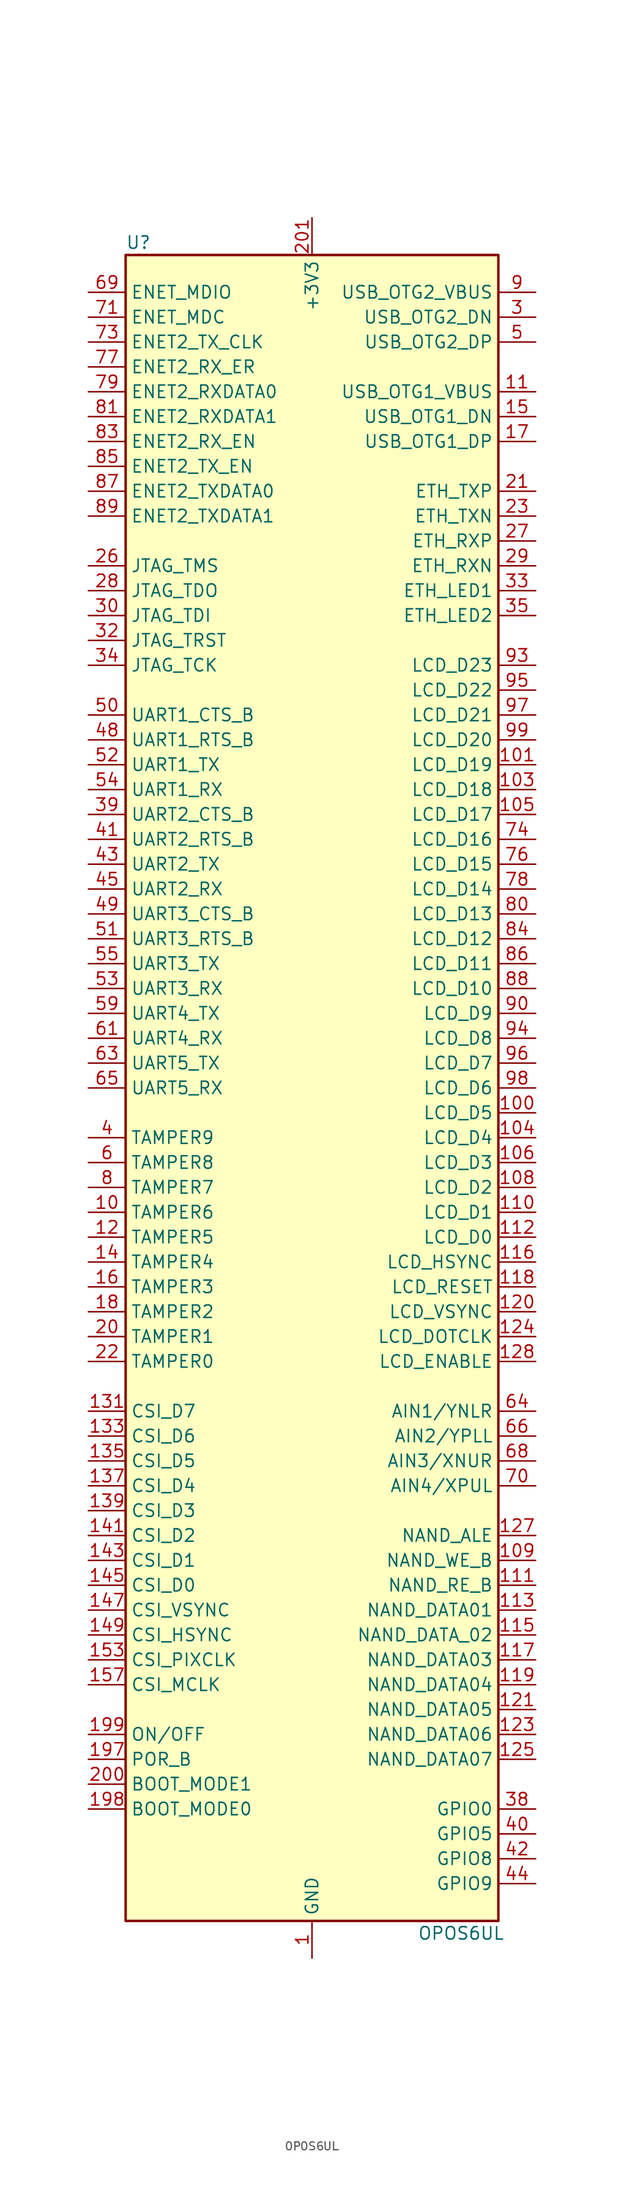
<source format=kicad_sym>
(kicad_symbol_lib
  (version 20201005)
  (generator kicad_symbol_editor)
  (symbol "MCU_Module:OPOS6UL"
    (property "Reference" "U"
      (at -19.05 86.36 0)
      (effects (font (size 1.27 1.27)) (justify left)))
    (property "Value" "OPOS6UL"
      (at 15.24 -86.36 0)
      (effects (font (size 1.27 1.27))))
    (symbol "OPOS6UL_1_1"
      (rectangle (start -19.05 85.09) (end 19.05 -85.09) (stroke (width 0.254)) (fill (type background)))
      (pin power_in line (at 0 -88.9 90) (length 3.81) (name "GND" (effects (font (size 1.27 1.27)))) (number "1" (effects (font (size 1.27 1.27)))))
      (pin bidirectional line (at -22.86 -12.7 0) (length 3.81) (name "TAMPER6" (effects (font (size 1.27 1.27)))) (number "10" (effects (font (size 1.27 1.27)))))
      (pin bidirectional line (at 22.86 -2.54 180) (length 3.81) (name "LCD_D5" (effects (font (size 1.27 1.27)))) (number "100" (effects (font (size 1.27 1.27)))))
      (pin bidirectional line (at 22.86 33.02 180) (length 3.81) (name "LCD_D19" (effects (font (size 1.27 1.27)))) (number "101" (effects (font (size 1.27 1.27)))))
      (pin passive line (at 0 -88.9 90) (length 3.81) hide (name "GND" (effects (font (size 1.27 1.27)))) (number "102" (effects (font (size 1.27 1.27)))))
      (pin bidirectional line (at 22.86 30.48 180) (length 3.81) (name "LCD_D18" (effects (font (size 1.27 1.27)))) (number "103" (effects (font (size 1.27 1.27)))))
      (pin bidirectional line (at 22.86 -5.08 180) (length 3.81) (name "LCD_D4" (effects (font (size 1.27 1.27)))) (number "104" (effects (font (size 1.27 1.27)))))
      (pin bidirectional line (at 22.86 27.94 180) (length 3.81) (name "LCD_D17" (effects (font (size 1.27 1.27)))) (number "105" (effects (font (size 1.27 1.27)))))
      (pin bidirectional line (at 22.86 -7.62 180) (length 3.81) (name "LCD_D3" (effects (font (size 1.27 1.27)))) (number "106" (effects (font (size 1.27 1.27)))))
      (pin passive line (at 0 -88.9 90) (length 3.81) hide (name "GND" (effects (font (size 1.27 1.27)))) (number "107" (effects (font (size 1.27 1.27)))))
      (pin bidirectional line (at 22.86 -10.16 180) (length 3.81) (name "LCD_D2" (effects (font (size 1.27 1.27)))) (number "108" (effects (font (size 1.27 1.27)))))
      (pin bidirectional line (at 22.86 -48.26 180) (length 3.81) (name "NAND_WE_B" (effects (font (size 1.27 1.27)))) (number "109" (effects (font (size 1.27 1.27)))))
      (pin power_in line (at 22.86 71.12 180) (length 3.81) (name "USB_OTG1_VBUS" (effects (font (size 1.27 1.27)))) (number "11" (effects (font (size 1.27 1.27)))))
      (pin bidirectional line (at 22.86 -12.7 180) (length 3.81) (name "LCD_D1" (effects (font (size 1.27 1.27)))) (number "110" (effects (font (size 1.27 1.27)))))
      (pin bidirectional line (at 22.86 -50.8 180) (length 3.81) (name "NAND_RE_B" (effects (font (size 1.27 1.27)))) (number "111" (effects (font (size 1.27 1.27)))))
      (pin bidirectional line (at 22.86 -15.24 180) (length 3.81) (name "LCD_D0" (effects (font (size 1.27 1.27)))) (number "112" (effects (font (size 1.27 1.27)))))
      (pin bidirectional line (at 22.86 -53.34 180) (length 3.81) (name "NAND_DATA01" (effects (font (size 1.27 1.27)))) (number "113" (effects (font (size 1.27 1.27)))))
      (pin passive line (at 0 -88.9 90) (length 3.81) hide (name "GND" (effects (font (size 1.27 1.27)))) (number "114" (effects (font (size 1.27 1.27)))))
      (pin bidirectional line (at 22.86 -55.88 180) (length 3.81) (name "NAND_DATA_02" (effects (font (size 1.27 1.27)))) (number "115" (effects (font (size 1.27 1.27)))))
      (pin bidirectional line (at 22.86 -17.78 180) (length 3.81) (name "LCD_HSYNC" (effects (font (size 1.27 1.27)))) (number "116" (effects (font (size 1.27 1.27)))))
      (pin bidirectional line (at 22.86 -58.42 180) (length 3.81) (name "NAND_DATA03" (effects (font (size 1.27 1.27)))) (number "117" (effects (font (size 1.27 1.27)))))
      (pin bidirectional line (at 22.86 -20.32 180) (length 3.81) (name "LCD_RESET" (effects (font (size 1.27 1.27)))) (number "118" (effects (font (size 1.27 1.27)))))
      (pin bidirectional line (at 22.86 -60.96 180) (length 3.81) (name "NAND_DATA04" (effects (font (size 1.27 1.27)))) (number "119" (effects (font (size 1.27 1.27)))))
      (pin bidirectional line (at -22.86 -15.24 0) (length 3.81) (name "TAMPER5" (effects (font (size 1.27 1.27)))) (number "12" (effects (font (size 1.27 1.27)))))
      (pin bidirectional line (at 22.86 -22.86 180) (length 3.81) (name "LCD_VSYNC" (effects (font (size 1.27 1.27)))) (number "120" (effects (font (size 1.27 1.27)))))
      (pin bidirectional line (at 22.86 -63.5 180) (length 3.81) (name "NAND_DATA05" (effects (font (size 1.27 1.27)))) (number "121" (effects (font (size 1.27 1.27)))))
      (pin passive line (at 0 -88.9 90) (length 3.81) hide (name "GND" (effects (font (size 1.27 1.27)))) (number "122" (effects (font (size 1.27 1.27)))))
      (pin bidirectional line (at 22.86 -66.04 180) (length 3.81) (name "NAND_DATA06" (effects (font (size 1.27 1.27)))) (number "123" (effects (font (size 1.27 1.27)))))
      (pin bidirectional line (at 22.86 -25.4 180) (length 3.81) (name "LCD_DOTCLK" (effects (font (size 1.27 1.27)))) (number "124" (effects (font (size 1.27 1.27)))))
      (pin bidirectional line (at 22.86 -68.58 180) (length 3.81) (name "NAND_DATA07" (effects (font (size 1.27 1.27)))) (number "125" (effects (font (size 1.27 1.27)))))
      (pin passive line (at 0 -88.9 90) (length 3.81) hide (name "GND" (effects (font (size 1.27 1.27)))) (number "126" (effects (font (size 1.27 1.27)))))
      (pin bidirectional line (at 22.86 -45.72 180) (length 3.81) (name "NAND_ALE" (effects (font (size 1.27 1.27)))) (number "127" (effects (font (size 1.27 1.27)))))
      (pin bidirectional line (at 22.86 -27.94 180) (length 3.81) (name "LCD_ENABLE" (effects (font (size 1.27 1.27)))) (number "128" (effects (font (size 1.27 1.27)))))
      (pin passive line (at 0 -88.9 90) (length 3.81) hide (name "GND" (effects (font (size 1.27 1.27)))) (number "129" (effects (font (size 1.27 1.27)))))
      (pin passive line (at 0 -88.9 90) (length 3.81) hide (name "GND" (effects (font (size 1.27 1.27)))) (number "13" (effects (font (size 1.27 1.27)))))
      (pin no_connect line (at 0 17.78 0) (length 3.81) hide (name "NC" (effects (font (size 1.27 1.27)))) (number "130" (effects (font (size 1.27 1.27)))))
      (pin bidirectional line (at -22.86 -33.02 0) (length 3.81) (name "CSI_D7" (effects (font (size 1.27 1.27)))) (number "131" (effects (font (size 1.27 1.27)))))
      (pin no_connect line (at 0 15.24 0) (length 3.81) hide (name "NC" (effects (font (size 1.27 1.27)))) (number "132" (effects (font (size 1.27 1.27)))))
      (pin bidirectional line (at -22.86 -35.56 0) (length 3.81) (name "CSI_D6" (effects (font (size 1.27 1.27)))) (number "133" (effects (font (size 1.27 1.27)))))
      (pin no_connect line (at 0 12.7 0) (length 3.81) hide (name "NC" (effects (font (size 1.27 1.27)))) (number "134" (effects (font (size 1.27 1.27)))))
      (pin bidirectional line (at -22.86 -38.1 0) (length 3.81) (name "CSI_D5" (effects (font (size 1.27 1.27)))) (number "135" (effects (font (size 1.27 1.27)))))
      (pin no_connect line (at 0 10.16 0) (length 3.81) hide (name "NC" (effects (font (size 1.27 1.27)))) (number "136" (effects (font (size 1.27 1.27)))))
      (pin bidirectional line (at -22.86 -40.64 0) (length 3.81) (name "CSI_D4" (effects (font (size 1.27 1.27)))) (number "137" (effects (font (size 1.27 1.27)))))
      (pin no_connect line (at 0 7.62 0) (length 3.81) hide (name "NC" (effects (font (size 1.27 1.27)))) (number "138" (effects (font (size 1.27 1.27)))))
      (pin bidirectional line (at -22.86 -43.18 0) (length 3.81) (name "CSI_D3" (effects (font (size 1.27 1.27)))) (number "139" (effects (font (size 1.27 1.27)))))
      (pin bidirectional line (at -22.86 -17.78 0) (length 3.81) (name "TAMPER4" (effects (font (size 1.27 1.27)))) (number "14" (effects (font (size 1.27 1.27)))))
      (pin no_connect line (at 0 5.08 0) (length 3.81) hide (name "NC" (effects (font (size 1.27 1.27)))) (number "140" (effects (font (size 1.27 1.27)))))
      (pin bidirectional line (at -22.86 -45.72 0) (length 3.81) (name "CSI_D2" (effects (font (size 1.27 1.27)))) (number "141" (effects (font (size 1.27 1.27)))))
      (pin no_connect line (at 0 2.54 0) (length 3.81) hide (name "NC" (effects (font (size 1.27 1.27)))) (number "142" (effects (font (size 1.27 1.27)))))
      (pin bidirectional line (at -22.86 -48.26 0) (length 3.81) (name "CSI_D1" (effects (font (size 1.27 1.27)))) (number "143" (effects (font (size 1.27 1.27)))))
      (pin no_connect line (at 0 0 0) (length 3.81) hide (name "NC" (effects (font (size 1.27 1.27)))) (number "144" (effects (font (size 1.27 1.27)))))
      (pin bidirectional line (at -22.86 -50.8 0) (length 3.81) (name "CSI_D0" (effects (font (size 1.27 1.27)))) (number "145" (effects (font (size 1.27 1.27)))))
      (pin no_connect line (at 0 -2.54 0) (length 3.81) hide (name "NC" (effects (font (size 1.27 1.27)))) (number "146" (effects (font (size 1.27 1.27)))))
      (pin bidirectional line (at -22.86 -53.34 0) (length 3.81) (name "CSI_VSYNC" (effects (font (size 1.27 1.27)))) (number "147" (effects (font (size 1.27 1.27)))))
      (pin no_connect line (at 0 -5.08 0) (length 3.81) hide (name "NC" (effects (font (size 1.27 1.27)))) (number "148" (effects (font (size 1.27 1.27)))))
      (pin bidirectional line (at -22.86 -55.88 0) (length 3.81) (name "CSI_HSYNC" (effects (font (size 1.27 1.27)))) (number "149" (effects (font (size 1.27 1.27)))))
      (pin bidirectional line (at 22.86 68.58 180) (length 3.81) (name "USB_OTG1_DN" (effects (font (size 1.27 1.27)))) (number "15" (effects (font (size 1.27 1.27)))))
      (pin no_connect line (at 0 -7.62 0) (length 3.81) hide (name "NC" (effects (font (size 1.27 1.27)))) (number "150" (effects (font (size 1.27 1.27)))))
      (pin passive line (at 0 -88.9 90) (length 3.81) hide (name "GND" (effects (font (size 1.27 1.27)))) (number "151" (effects (font (size 1.27 1.27)))))
      (pin no_connect line (at 0 -10.16 0) (length 3.81) hide (name "NC" (effects (font (size 1.27 1.27)))) (number "152" (effects (font (size 1.27 1.27)))))
      (pin bidirectional line (at -22.86 -58.42 0) (length 3.81) (name "CSI_PIXCLK" (effects (font (size 1.27 1.27)))) (number "153" (effects (font (size 1.27 1.27)))))
      (pin no_connect line (at 0 -12.7 0) (length 3.81) hide (name "NC" (effects (font (size 1.27 1.27)))) (number "154" (effects (font (size 1.27 1.27)))))
      (pin passive line (at 0 -88.9 90) (length 3.81) hide (name "GND" (effects (font (size 1.27 1.27)))) (number "155" (effects (font (size 1.27 1.27)))))
      (pin no_connect line (at 0 -15.24 0) (length 3.81) hide (name "NC" (effects (font (size 1.27 1.27)))) (number "156" (effects (font (size 1.27 1.27)))))
      (pin bidirectional line (at -22.86 -60.96 0) (length 3.81) (name "CSI_MCLK" (effects (font (size 1.27 1.27)))) (number "157" (effects (font (size 1.27 1.27)))))
      (pin no_connect line (at 0 -17.78 0) (length 3.81) hide (name "NC" (effects (font (size 1.27 1.27)))) (number "158" (effects (font (size 1.27 1.27)))))
      (pin passive line (at 0 -88.9 90) (length 3.81) hide (name "GND" (effects (font (size 1.27 1.27)))) (number "159" (effects (font (size 1.27 1.27)))))
      (pin bidirectional line (at -22.86 -20.32 0) (length 3.81) (name "TAMPER3" (effects (font (size 1.27 1.27)))) (number "16" (effects (font (size 1.27 1.27)))))
      (pin no_connect line (at 0 -20.32 0) (length 3.81) hide (name "NC" (effects (font (size 1.27 1.27)))) (number "160" (effects (font (size 1.27 1.27)))))
      (pin no_connect line (at 0 68.58 0) (length 3.81) hide (name "NC" (effects (font (size 1.27 1.27)))) (number "161" (effects (font (size 1.27 1.27)))))
      (pin no_connect line (at 0 -22.86 0) (length 3.81) hide (name "NC" (effects (font (size 1.27 1.27)))) (number "162" (effects (font (size 1.27 1.27)))))
      (pin no_connect line (at 0 66.04 0) (length 3.81) hide (name "NC" (effects (font (size 1.27 1.27)))) (number "163" (effects (font (size 1.27 1.27)))))
      (pin no_connect line (at 0 -25.4 0) (length 3.81) hide (name "NC" (effects (font (size 1.27 1.27)))) (number "164" (effects (font (size 1.27 1.27)))))
      (pin no_connect line (at 0 63.5 0) (length 3.81) hide (name "NC" (effects (font (size 1.27 1.27)))) (number "165" (effects (font (size 1.27 1.27)))))
      (pin no_connect line (at 0 -27.94 0) (length 3.81) hide (name "NC" (effects (font (size 1.27 1.27)))) (number "166" (effects (font (size 1.27 1.27)))))
      (pin no_connect line (at 0 60.96 0) (length 3.81) hide (name "NC" (effects (font (size 1.27 1.27)))) (number "167" (effects (font (size 1.27 1.27)))))
      (pin no_connect line (at 0 -30.48 0) (length 3.81) hide (name "NC" (effects (font (size 1.27 1.27)))) (number "168" (effects (font (size 1.27 1.27)))))
      (pin no_connect line (at 0 58.42 0) (length 3.81) hide (name "NC" (effects (font (size 1.27 1.27)))) (number "169" (effects (font (size 1.27 1.27)))))
      (pin bidirectional line (at 22.86 66.04 180) (length 3.81) (name "USB_OTG1_DP" (effects (font (size 1.27 1.27)))) (number "17" (effects (font (size 1.27 1.27)))))
      (pin no_connect line (at 0 -33.02 0) (length 3.81) hide (name "NC" (effects (font (size 1.27 1.27)))) (number "170" (effects (font (size 1.27 1.27)))))
      (pin no_connect line (at 0 55.88 0) (length 3.81) hide (name "NC" (effects (font (size 1.27 1.27)))) (number "171" (effects (font (size 1.27 1.27)))))
      (pin no_connect line (at 0 -35.56 0) (length 3.81) hide (name "NC" (effects (font (size 1.27 1.27)))) (number "172" (effects (font (size 1.27 1.27)))))
      (pin no_connect line (at 0 53.34 0) (length 3.81) hide (name "NC" (effects (font (size 1.27 1.27)))) (number "173" (effects (font (size 1.27 1.27)))))
      (pin no_connect line (at 0 -38.1 0) (length 3.81) hide (name "NC" (effects (font (size 1.27 1.27)))) (number "174" (effects (font (size 1.27 1.27)))))
      (pin no_connect line (at 0 50.8 0) (length 3.81) hide (name "NC" (effects (font (size 1.27 1.27)))) (number "175" (effects (font (size 1.27 1.27)))))
      (pin no_connect line (at 0 -40.64 0) (length 3.81) hide (name "NC" (effects (font (size 1.27 1.27)))) (number "176" (effects (font (size 1.27 1.27)))))
      (pin no_connect line (at 0 48.26 0) (length 3.81) hide (name "NC" (effects (font (size 1.27 1.27)))) (number "177" (effects (font (size 1.27 1.27)))))
      (pin no_connect line (at 0 -43.18 0) (length 3.81) hide (name "NC" (effects (font (size 1.27 1.27)))) (number "178" (effects (font (size 1.27 1.27)))))
      (pin no_connect line (at 0 45.72 0) (length 3.81) hide (name "NC" (effects (font (size 1.27 1.27)))) (number "179" (effects (font (size 1.27 1.27)))))
      (pin bidirectional line (at -22.86 -22.86 0) (length 3.81) (name "TAMPER2" (effects (font (size 1.27 1.27)))) (number "18" (effects (font (size 1.27 1.27)))))
      (pin no_connect line (at 0 -45.72 0) (length 3.81) hide (name "NC" (effects (font (size 1.27 1.27)))) (number "180" (effects (font (size 1.27 1.27)))))
      (pin no_connect line (at 0 43.18 0) (length 3.81) hide (name "NC" (effects (font (size 1.27 1.27)))) (number "181" (effects (font (size 1.27 1.27)))))
      (pin no_connect line (at 0 -48.26 0) (length 3.81) hide (name "NC" (effects (font (size 1.27 1.27)))) (number "182" (effects (font (size 1.27 1.27)))))
      (pin no_connect line (at 0 40.64 0) (length 3.81) hide (name "NC" (effects (font (size 1.27 1.27)))) (number "183" (effects (font (size 1.27 1.27)))))
      (pin no_connect line (at 0 -50.8 0) (length 3.81) hide (name "NC" (effects (font (size 1.27 1.27)))) (number "184" (effects (font (size 1.27 1.27)))))
      (pin no_connect line (at 0 38.1 0) (length 3.81) hide (name "NC" (effects (font (size 1.27 1.27)))) (number "185" (effects (font (size 1.27 1.27)))))
      (pin no_connect line (at 0 -53.34 0) (length 3.81) hide (name "NC" (effects (font (size 1.27 1.27)))) (number "186" (effects (font (size 1.27 1.27)))))
      (pin no_connect line (at 0 35.56 0) (length 3.81) hide (name "NC" (effects (font (size 1.27 1.27)))) (number "187" (effects (font (size 1.27 1.27)))))
      (pin no_connect line (at 0 -55.88 0) (length 3.81) hide (name "NC" (effects (font (size 1.27 1.27)))) (number "188" (effects (font (size 1.27 1.27)))))
      (pin no_connect line (at 0 33.02 0) (length 3.81) hide (name "NC" (effects (font (size 1.27 1.27)))) (number "189" (effects (font (size 1.27 1.27)))))
      (pin passive line (at 0 -88.9 90) (length 3.81) hide (name "GND" (effects (font (size 1.27 1.27)))) (number "19" (effects (font (size 1.27 1.27)))))
      (pin no_connect line (at 0 -58.42 0) (length 3.81) hide (name "NC" (effects (font (size 1.27 1.27)))) (number "190" (effects (font (size 1.27 1.27)))))
      (pin no_connect line (at 0 30.48 0) (length 3.81) hide (name "NC" (effects (font (size 1.27 1.27)))) (number "191" (effects (font (size 1.27 1.27)))))
      (pin no_connect line (at 0 -60.96 0) (length 3.81) hide (name "NC" (effects (font (size 1.27 1.27)))) (number "192" (effects (font (size 1.27 1.27)))))
      (pin no_connect line (at 0 27.94 0) (length 3.81) hide (name "NC" (effects (font (size 1.27 1.27)))) (number "193" (effects (font (size 1.27 1.27)))))
      (pin no_connect line (at 0 -63.5 0) (length 3.81) hide (name "NC" (effects (font (size 1.27 1.27)))) (number "194" (effects (font (size 1.27 1.27)))))
      (pin no_connect line (at 0 25.4 0) (length 3.81) hide (name "NC" (effects (font (size 1.27 1.27)))) (number "195" (effects (font (size 1.27 1.27)))))
      (pin no_connect line (at 0 -66.04 0) (length 3.81) hide (name "NC" (effects (font (size 1.27 1.27)))) (number "196" (effects (font (size 1.27 1.27)))))
      (pin input line (at -22.86 -68.58 0) (length 3.81) (name "POR_B" (effects (font (size 1.27 1.27)))) (number "197" (effects (font (size 1.27 1.27)))))
      (pin input line (at -22.86 -73.66 0) (length 3.81) (name "BOOT_MODE0" (effects (font (size 1.27 1.27)))) (number "198" (effects (font (size 1.27 1.27)))))
      (pin input line (at -22.86 -66.04 0) (length 3.81) (name "ON/OFF" (effects (font (size 1.27 1.27)))) (number "199" (effects (font (size 1.27 1.27)))))
      (pin passive line (at 0 -88.9 90) (length 3.81) hide (name "GND" (effects (font (size 1.27 1.27)))) (number "2" (effects (font (size 1.27 1.27)))))
      (pin bidirectional line (at -22.86 -25.4 0) (length 3.81) (name "TAMPER1" (effects (font (size 1.27 1.27)))) (number "20" (effects (font (size 1.27 1.27)))))
      (pin input line (at -22.86 -71.12 0) (length 3.81) (name "BOOT_MODE1" (effects (font (size 1.27 1.27)))) (number "200" (effects (font (size 1.27 1.27)))))
      (pin power_in line (at 0 88.9 270) (length 3.81) (name "+3V3" (effects (font (size 1.27 1.27)))) (number "201" (effects (font (size 1.27 1.27)))))
      (pin passive line (at 0 88.9 270) (length 3.81) hide (name "+3V3" (effects (font (size 1.27 1.27)))) (number "202" (effects (font (size 1.27 1.27)))))
      (pin passive line (at 0 88.9 270) (length 3.81) hide (name "+3V3" (effects (font (size 1.27 1.27)))) (number "203" (effects (font (size 1.27 1.27)))))
      (pin passive line (at 0 88.9 270) (length 3.81) hide (name "+3V3" (effects (font (size 1.27 1.27)))) (number "204" (effects (font (size 1.27 1.27)))))
      (pin bidirectional line (at 22.86 60.96 180) (length 3.81) (name "ETH_TXP" (effects (font (size 1.27 1.27)))) (number "21" (effects (font (size 1.27 1.27)))))
      (pin bidirectional line (at -22.86 -27.94 0) (length 3.81) (name "TAMPER0" (effects (font (size 1.27 1.27)))) (number "22" (effects (font (size 1.27 1.27)))))
      (pin bidirectional line (at 22.86 58.42 180) (length 3.81) (name "ETH_TXN" (effects (font (size 1.27 1.27)))) (number "23" (effects (font (size 1.27 1.27)))))
      (pin passive line (at 0 -88.9 90) (length 3.81) hide (name "GND" (effects (font (size 1.27 1.27)))) (number "24" (effects (font (size 1.27 1.27)))))
      (pin passive line (at 0 -88.9 90) (length 3.81) hide (name "GND" (effects (font (size 1.27 1.27)))) (number "25" (effects (font (size 1.27 1.27)))))
      (pin bidirectional line (at -22.86 53.34 0) (length 3.81) (name "JTAG_TMS" (effects (font (size 1.27 1.27)))) (number "26" (effects (font (size 1.27 1.27)))))
      (pin bidirectional line (at 22.86 55.88 180) (length 3.81) (name "ETH_RXP" (effects (font (size 1.27 1.27)))) (number "27" (effects (font (size 1.27 1.27)))))
      (pin bidirectional line (at -22.86 50.8 0) (length 3.81) (name "JTAG_TDO" (effects (font (size 1.27 1.27)))) (number "28" (effects (font (size 1.27 1.27)))))
      (pin bidirectional line (at 22.86 53.34 180) (length 3.81) (name "ETH_RXN" (effects (font (size 1.27 1.27)))) (number "29" (effects (font (size 1.27 1.27)))))
      (pin bidirectional line (at 22.86 78.74 180) (length 3.81) (name "USB_OTG2_DN" (effects (font (size 1.27 1.27)))) (number "3" (effects (font (size 1.27 1.27)))))
      (pin bidirectional line (at -22.86 48.26 0) (length 3.81) (name "JTAG_TDI" (effects (font (size 1.27 1.27)))) (number "30" (effects (font (size 1.27 1.27)))))
      (pin passive line (at 0 -88.9 90) (length 3.81) hide (name "GND" (effects (font (size 1.27 1.27)))) (number "31" (effects (font (size 1.27 1.27)))))
      (pin bidirectional line (at -22.86 45.72 0) (length 3.81) (name "JTAG_TRST" (effects (font (size 1.27 1.27)))) (number "32" (effects (font (size 1.27 1.27)))))
      (pin output line (at 22.86 50.8 180) (length 3.81) (name "ETH_LED1" (effects (font (size 1.27 1.27)))) (number "33" (effects (font (size 1.27 1.27)))))
      (pin bidirectional line (at -22.86 43.18 0) (length 3.81) (name "JTAG_TCK" (effects (font (size 1.27 1.27)))) (number "34" (effects (font (size 1.27 1.27)))))
      (pin output line (at 22.86 48.26 180) (length 3.81) (name "ETH_LED2" (effects (font (size 1.27 1.27)))) (number "35" (effects (font (size 1.27 1.27)))))
      (pin passive line (at 0 -88.9 90) (length 3.81) hide (name "GND" (effects (font (size 1.27 1.27)))) (number "36" (effects (font (size 1.27 1.27)))))
      (pin passive line (at 0 -88.9 90) (length 3.81) hide (name "GND" (effects (font (size 1.27 1.27)))) (number "37" (effects (font (size 1.27 1.27)))))
      (pin bidirectional line (at 22.86 -73.66 180) (length 3.81) (name "GPIO0" (effects (font (size 1.27 1.27)))) (number "38" (effects (font (size 1.27 1.27)))))
      (pin bidirectional line (at -22.86 27.94 0) (length 3.81) (name "UART2_CTS_B" (effects (font (size 1.27 1.27)))) (number "39" (effects (font (size 1.27 1.27)))))
      (pin bidirectional line (at -22.86 -5.08 0) (length 3.81) (name "TAMPER9" (effects (font (size 1.27 1.27)))) (number "4" (effects (font (size 1.27 1.27)))))
      (pin bidirectional line (at 22.86 -76.2 180) (length 3.81) (name "GPIO5" (effects (font (size 1.27 1.27)))) (number "40" (effects (font (size 1.27 1.27)))))
      (pin bidirectional line (at -22.86 25.4 0) (length 3.81) (name "UART2_RTS_B" (effects (font (size 1.27 1.27)))) (number "41" (effects (font (size 1.27 1.27)))))
      (pin bidirectional line (at 22.86 -78.74 180) (length 3.81) (name "GPIO8" (effects (font (size 1.27 1.27)))) (number "42" (effects (font (size 1.27 1.27)))))
      (pin bidirectional line (at -22.86 22.86 0) (length 3.81) (name "UART2_TX" (effects (font (size 1.27 1.27)))) (number "43" (effects (font (size 1.27 1.27)))))
      (pin bidirectional line (at 22.86 -81.28 180) (length 3.81) (name "GPIO9" (effects (font (size 1.27 1.27)))) (number "44" (effects (font (size 1.27 1.27)))))
      (pin bidirectional line (at -22.86 20.32 0) (length 3.81) (name "UART2_RX" (effects (font (size 1.27 1.27)))) (number "45" (effects (font (size 1.27 1.27)))))
      (pin passive line (at 0 -88.9 90) (length 3.81) hide (name "GND" (effects (font (size 1.27 1.27)))) (number "46" (effects (font (size 1.27 1.27)))))
      (pin passive line (at 0 -88.9 90) (length 3.81) hide (name "GND" (effects (font (size 1.27 1.27)))) (number "47" (effects (font (size 1.27 1.27)))))
      (pin bidirectional line (at -22.86 35.56 0) (length 3.81) (name "UART1_RTS_B" (effects (font (size 1.27 1.27)))) (number "48" (effects (font (size 1.27 1.27)))))
      (pin bidirectional line (at -22.86 17.78 0) (length 3.81) (name "UART3_CTS_B" (effects (font (size 1.27 1.27)))) (number "49" (effects (font (size 1.27 1.27)))))
      (pin bidirectional line (at 22.86 76.2 180) (length 3.81) (name "USB_OTG2_DP" (effects (font (size 1.27 1.27)))) (number "5" (effects (font (size 1.27 1.27)))))
      (pin bidirectional line (at -22.86 38.1 0) (length 3.81) (name "UART1_CTS_B" (effects (font (size 1.27 1.27)))) (number "50" (effects (font (size 1.27 1.27)))))
      (pin bidirectional line (at -22.86 15.24 0) (length 3.81) (name "UART3_RTS_B" (effects (font (size 1.27 1.27)))) (number "51" (effects (font (size 1.27 1.27)))))
      (pin bidirectional line (at -22.86 33.02 0) (length 3.81) (name "UART1_TX" (effects (font (size 1.27 1.27)))) (number "52" (effects (font (size 1.27 1.27)))))
      (pin bidirectional line (at -22.86 10.16 0) (length 3.81) (name "UART3_RX" (effects (font (size 1.27 1.27)))) (number "53" (effects (font (size 1.27 1.27)))))
      (pin bidirectional line (at -22.86 30.48 0) (length 3.81) (name "UART1_RX" (effects (font (size 1.27 1.27)))) (number "54" (effects (font (size 1.27 1.27)))))
      (pin bidirectional line (at -22.86 12.7 0) (length 3.81) (name "UART3_TX" (effects (font (size 1.27 1.27)))) (number "55" (effects (font (size 1.27 1.27)))))
      (pin passive line (at 0 -88.9 90) (length 3.81) hide (name "GND" (effects (font (size 1.27 1.27)))) (number "56" (effects (font (size 1.27 1.27)))))
      (pin passive line (at 0 -88.9 90) (length 3.81) hide (name "GND" (effects (font (size 1.27 1.27)))) (number "57" (effects (font (size 1.27 1.27)))))
      (pin no_connect line (at 0 22.86 0) (length 3.81) hide (name "NC" (effects (font (size 1.27 1.27)))) (number "58" (effects (font (size 1.27 1.27)))))
      (pin bidirectional line (at -22.86 7.62 0) (length 3.81) (name "UART4_TX" (effects (font (size 1.27 1.27)))) (number "59" (effects (font (size 1.27 1.27)))))
      (pin bidirectional line (at -22.86 -7.62 0) (length 3.81) (name "TAMPER8" (effects (font (size 1.27 1.27)))) (number "6" (effects (font (size 1.27 1.27)))))
      (pin no_connect line (at 0 20.32 0) (length 3.81) hide (name "NC" (effects (font (size 1.27 1.27)))) (number "60" (effects (font (size 1.27 1.27)))))
      (pin bidirectional line (at -22.86 5.08 0) (length 3.81) (name "UART4_RX" (effects (font (size 1.27 1.27)))) (number "61" (effects (font (size 1.27 1.27)))))
      (pin passive line (at 0 -88.9 90) (length 3.81) hide (name "GND" (effects (font (size 1.27 1.27)))) (number "62" (effects (font (size 1.27 1.27)))))
      (pin bidirectional line (at -22.86 2.54 0) (length 3.81) (name "UART5_TX" (effects (font (size 1.27 1.27)))) (number "63" (effects (font (size 1.27 1.27)))))
      (pin bidirectional line (at 22.86 -33.02 180) (length 3.81) (name "AIN1/YNLR" (effects (font (size 1.27 1.27)))) (number "64" (effects (font (size 1.27 1.27)))))
      (pin bidirectional line (at -22.86 0 0) (length 3.81) (name "UART5_RX" (effects (font (size 1.27 1.27)))) (number "65" (effects (font (size 1.27 1.27)))))
      (pin bidirectional line (at 22.86 -35.56 180) (length 3.81) (name "AIN2/YPLL" (effects (font (size 1.27 1.27)))) (number "66" (effects (font (size 1.27 1.27)))))
      (pin passive line (at 0 -88.9 90) (length 3.81) hide (name "GND" (effects (font (size 1.27 1.27)))) (number "67" (effects (font (size 1.27 1.27)))))
      (pin bidirectional line (at 22.86 -38.1 180) (length 3.81) (name "AIN3/XNUR" (effects (font (size 1.27 1.27)))) (number "68" (effects (font (size 1.27 1.27)))))
      (pin bidirectional line (at -22.86 81.28 0) (length 3.81) (name "ENET_MDIO" (effects (font (size 1.27 1.27)))) (number "69" (effects (font (size 1.27 1.27)))))
      (pin passive line (at 0 -88.9 90) (length 3.81) hide (name "GND" (effects (font (size 1.27 1.27)))) (number "7" (effects (font (size 1.27 1.27)))))
      (pin bidirectional line (at 22.86 -40.64 180) (length 3.81) (name "AIN4/XPUL" (effects (font (size 1.27 1.27)))) (number "70" (effects (font (size 1.27 1.27)))))
      (pin bidirectional line (at -22.86 78.74 0) (length 3.81) (name "ENET_MDC" (effects (font (size 1.27 1.27)))) (number "71" (effects (font (size 1.27 1.27)))))
      (pin passive line (at 0 -88.9 90) (length 3.81) hide (name "GND" (effects (font (size 1.27 1.27)))) (number "72" (effects (font (size 1.27 1.27)))))
      (pin bidirectional line (at -22.86 76.2 0) (length 3.81) (name "ENET2_TX_CLK" (effects (font (size 1.27 1.27)))) (number "73" (effects (font (size 1.27 1.27)))))
      (pin bidirectional line (at 22.86 25.4 180) (length 3.81) (name "LCD_D16" (effects (font (size 1.27 1.27)))) (number "74" (effects (font (size 1.27 1.27)))))
      (pin passive line (at 0 -88.9 90) (length 3.81) hide (name "GND" (effects (font (size 1.27 1.27)))) (number "75" (effects (font (size 1.27 1.27)))))
      (pin bidirectional line (at 22.86 22.86 180) (length 3.81) (name "LCD_D15" (effects (font (size 1.27 1.27)))) (number "76" (effects (font (size 1.27 1.27)))))
      (pin bidirectional line (at -22.86 73.66 0) (length 3.81) (name "ENET2_RX_ER" (effects (font (size 1.27 1.27)))) (number "77" (effects (font (size 1.27 1.27)))))
      (pin bidirectional line (at 22.86 20.32 180) (length 3.81) (name "LCD_D14" (effects (font (size 1.27 1.27)))) (number "78" (effects (font (size 1.27 1.27)))))
      (pin bidirectional line (at -22.86 71.12 0) (length 3.81) (name "ENET2_RXDATA0" (effects (font (size 1.27 1.27)))) (number "79" (effects (font (size 1.27 1.27)))))
      (pin bidirectional line (at -22.86 -10.16 0) (length 3.81) (name "TAMPER7" (effects (font (size 1.27 1.27)))) (number "8" (effects (font (size 1.27 1.27)))))
      (pin bidirectional line (at 22.86 17.78 180) (length 3.81) (name "LCD_D13" (effects (font (size 1.27 1.27)))) (number "80" (effects (font (size 1.27 1.27)))))
      (pin bidirectional line (at -22.86 68.58 0) (length 3.81) (name "ENET2_RXDATA1" (effects (font (size 1.27 1.27)))) (number "81" (effects (font (size 1.27 1.27)))))
      (pin passive line (at 0 -88.9 90) (length 3.81) hide (name "GND" (effects (font (size 1.27 1.27)))) (number "82" (effects (font (size 1.27 1.27)))))
      (pin bidirectional line (at -22.86 66.04 0) (length 3.81) (name "ENET2_RX_EN" (effects (font (size 1.27 1.27)))) (number "83" (effects (font (size 1.27 1.27)))))
      (pin bidirectional line (at 22.86 15.24 180) (length 3.81) (name "LCD_D12" (effects (font (size 1.27 1.27)))) (number "84" (effects (font (size 1.27 1.27)))))
      (pin bidirectional line (at -22.86 63.5 0) (length 3.81) (name "ENET2_TX_EN" (effects (font (size 1.27 1.27)))) (number "85" (effects (font (size 1.27 1.27)))))
      (pin bidirectional line (at 22.86 12.7 180) (length 3.81) (name "LCD_D11" (effects (font (size 1.27 1.27)))) (number "86" (effects (font (size 1.27 1.27)))))
      (pin bidirectional line (at -22.86 60.96 0) (length 3.81) (name "ENET2_TXDATA0" (effects (font (size 1.27 1.27)))) (number "87" (effects (font (size 1.27 1.27)))))
      (pin bidirectional line (at 22.86 10.16 180) (length 3.81) (name "LCD_D10" (effects (font (size 1.27 1.27)))) (number "88" (effects (font (size 1.27 1.27)))))
      (pin bidirectional line (at -22.86 58.42 0) (length 3.81) (name "ENET2_TXDATA1" (effects (font (size 1.27 1.27)))) (number "89" (effects (font (size 1.27 1.27)))))
      (pin power_in line (at 22.86 81.28 180) (length 3.81) (name "USB_OTG2_VBUS" (effects (font (size 1.27 1.27)))) (number "9" (effects (font (size 1.27 1.27)))))
      (pin bidirectional line (at 22.86 7.62 180) (length 3.81) (name "LCD_D9" (effects (font (size 1.27 1.27)))) (number "90" (effects (font (size 1.27 1.27)))))
      (pin passive line (at 0 -88.9 90) (length 3.81) hide (name "GND" (effects (font (size 1.27 1.27)))) (number "91" (effects (font (size 1.27 1.27)))))
      (pin passive line (at 0 -88.9 90) (length 3.81) hide (name "GND" (effects (font (size 1.27 1.27)))) (number "92" (effects (font (size 1.27 1.27)))))
      (pin bidirectional line (at 22.86 43.18 180) (length 3.81) (name "LCD_D23" (effects (font (size 1.27 1.27)))) (number "93" (effects (font (size 1.27 1.27)))))
      (pin bidirectional line (at 22.86 5.08 180) (length 3.81) (name "LCD_D8" (effects (font (size 1.27 1.27)))) (number "94" (effects (font (size 1.27 1.27)))))
      (pin bidirectional line (at 22.86 40.64 180) (length 3.81) (name "LCD_D22" (effects (font (size 1.27 1.27)))) (number "95" (effects (font (size 1.27 1.27)))))
      (pin bidirectional line (at 22.86 2.54 180) (length 3.81) (name "LCD_D7" (effects (font (size 1.27 1.27)))) (number "96" (effects (font (size 1.27 1.27)))))
      (pin bidirectional line (at 22.86 38.1 180) (length 3.81) (name "LCD_D21" (effects (font (size 1.27 1.27)))) (number "97" (effects (font (size 1.27 1.27)))))
      (pin bidirectional line (at 22.86 0 180) (length 3.81) (name "LCD_D6" (effects (font (size 1.27 1.27)))) (number "98" (effects (font (size 1.27 1.27)))))
      (pin bidirectional line (at 22.86 35.56 180) (length 3.81) (name "LCD_D20" (effects (font (size 1.27 1.27)))) (number "99" (effects (font (size 1.27 1.27))))))))
</source>
